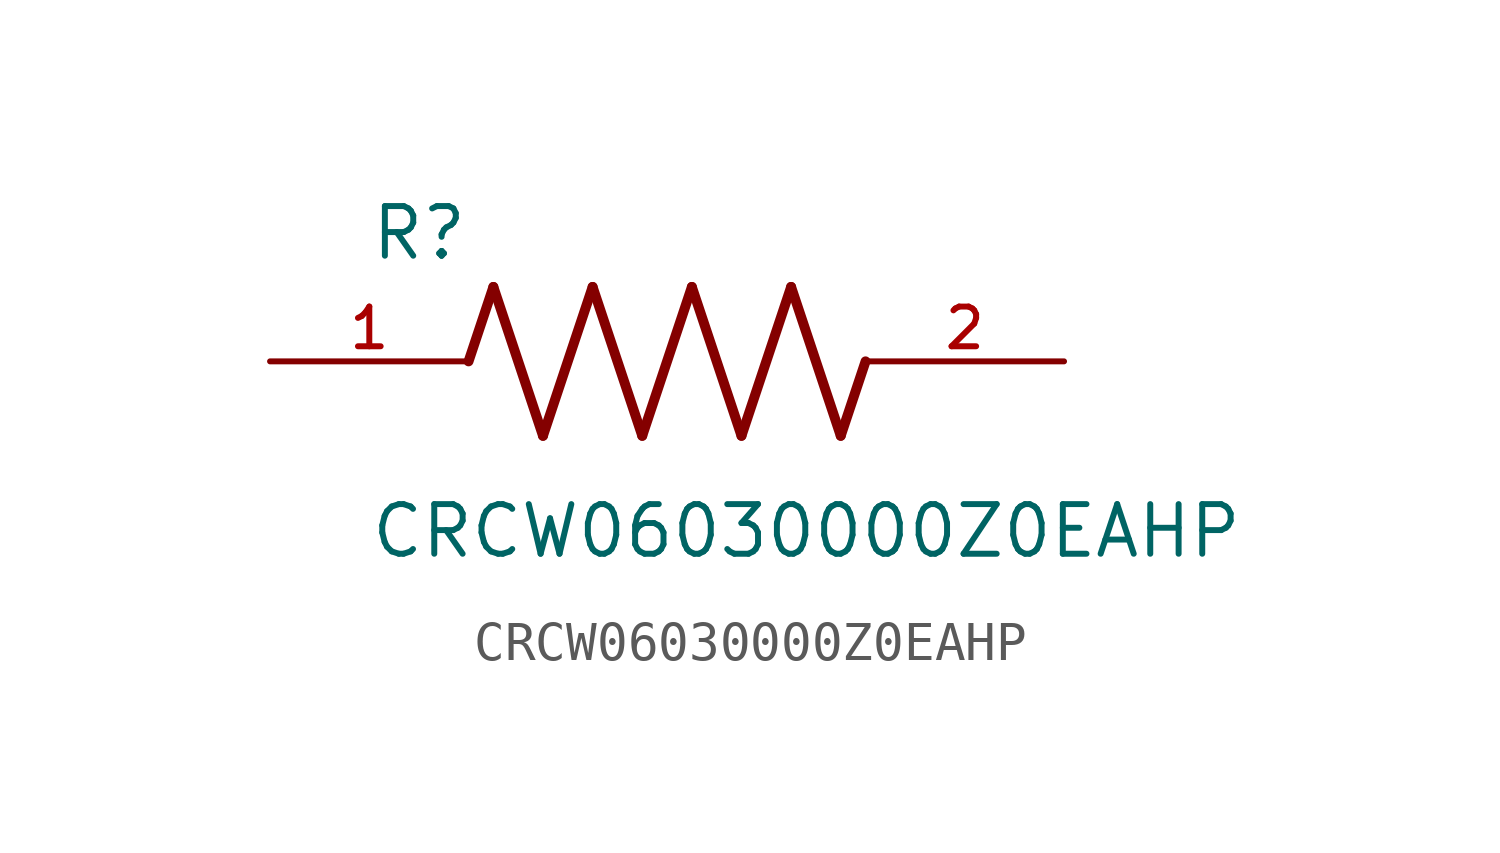
<source format=kicad_sym>
(kicad_symbol_lib
  (version 20211014)
  (generator kicad_symbol_editor)
  (symbol "CRCW06030000Z0EAHP"
    (pin_names
      (offset 1.016))
    (property "Reference" "R"
      (at -7.624 2.541 0)
      (effects (font (size 1.27 1.27)) (justify bottom left)))
    (property "Value" "CRCW06030000Z0EAHP"
      (at -7.63 -5.087 0)
      (effects (font (size 1.27 1.27)) (justify bottom left)))
    (symbol "CRCW06030000Z0EAHP_0_0"
      (polyline (pts (xy -5.08 0.0) (xy -4.445 1.905)) (stroke (width 0.254)))
      (polyline (pts (xy -4.445 1.905) (xy -3.175 -1.905)) (stroke (width 0.254)))
      (polyline (pts (xy -3.175 -1.905) (xy -1.905 1.905)) (stroke (width 0.254)))
      (polyline (pts (xy -1.905 1.905) (xy -0.635 -1.905)) (stroke (width 0.254)))
      (polyline (pts (xy -0.635 -1.905) (xy 0.635 1.905)) (stroke (width 0.254)))
      (polyline (pts (xy 0.635 1.905) (xy 1.905 -1.905)) (stroke (width 0.254)))
      (polyline (pts (xy 1.905 -1.905) (xy 3.175 1.905)) (stroke (width 0.254)))
      (polyline (pts (xy 3.175 1.905) (xy 4.445 -1.905)) (stroke (width 0.254)))
      (polyline (pts (xy 4.445 -1.905) (xy 5.08 0.0)) (stroke (width 0.254)))
      (pin passive line (at -10.16 0.0 0) (length 5.08) (name "~" (effects (font (size 1.016 1.016)))) (number "1" (effects (font (size 1.016 1.016)))))
      (pin passive line (at 10.16 0.0 180.0) (length 5.08) (name "~" (effects (font (size 1.016 1.016)))) (number "2" (effects (font (size 1.016 1.016))))))))
</source>
